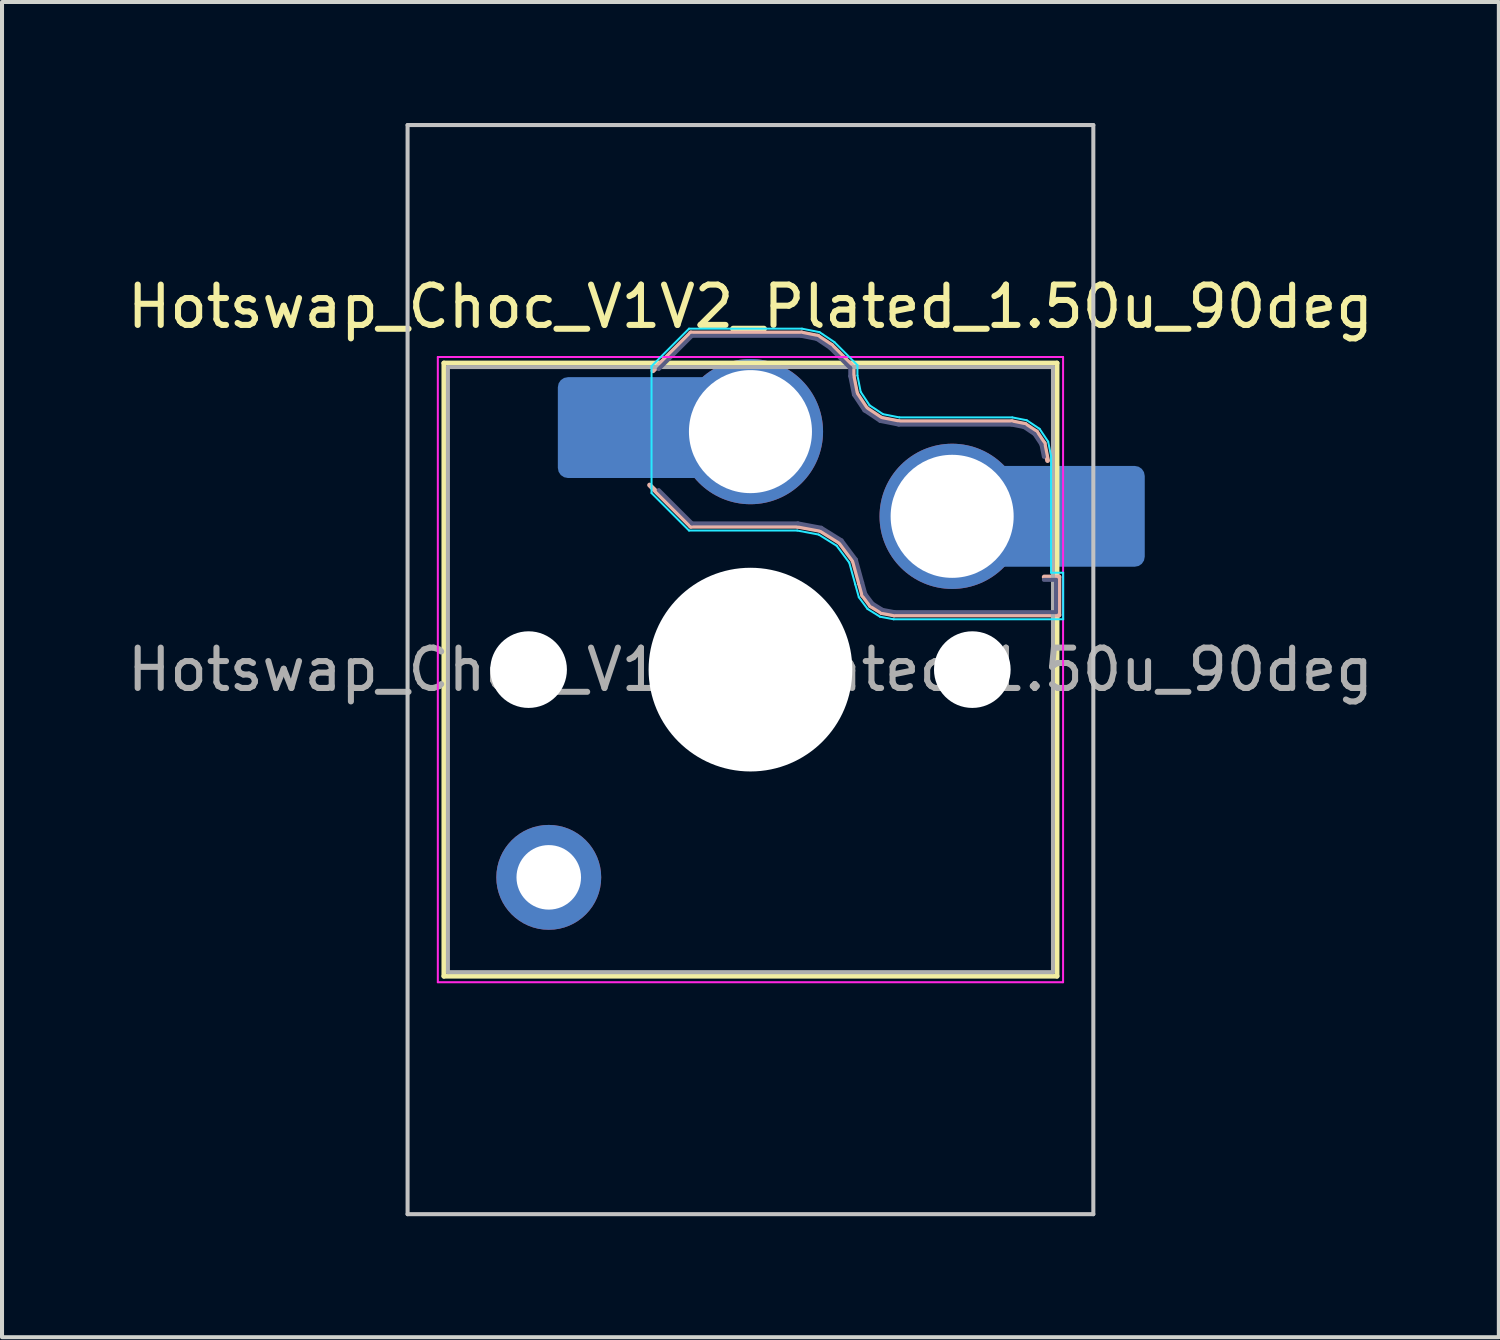
<source format=kicad_pcb>
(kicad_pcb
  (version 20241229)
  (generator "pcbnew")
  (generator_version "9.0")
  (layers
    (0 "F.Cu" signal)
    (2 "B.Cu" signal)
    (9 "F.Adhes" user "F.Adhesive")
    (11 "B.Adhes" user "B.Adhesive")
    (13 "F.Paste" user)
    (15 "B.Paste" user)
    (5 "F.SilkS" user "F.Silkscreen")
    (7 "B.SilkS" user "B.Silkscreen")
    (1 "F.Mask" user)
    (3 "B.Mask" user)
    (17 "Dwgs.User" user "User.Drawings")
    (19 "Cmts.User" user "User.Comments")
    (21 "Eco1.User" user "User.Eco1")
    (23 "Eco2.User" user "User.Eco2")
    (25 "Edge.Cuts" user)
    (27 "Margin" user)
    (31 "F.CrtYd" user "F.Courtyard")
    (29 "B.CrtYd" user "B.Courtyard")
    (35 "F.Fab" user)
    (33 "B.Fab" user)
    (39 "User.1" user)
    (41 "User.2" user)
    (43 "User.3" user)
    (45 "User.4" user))
  (footprint "Hotswap_Choc_V1V2_Plated_1.50u_90deg"
    (layer "F.Cu")
    (at 15.554 13.55)
    (property "Reference" "Hotswap_Choc_V1V2_Plated_1.50u_90deg" (at 0 -9 0) (layer "F.SilkS") (effects (font (size 1 1) (thickness 0.15))))
    (attr smd)
    (fp_line (start -7.6 -7.6) (end -7.6 7.6) (stroke (width 0.12) (type solid)) (layer "F.SilkS"))
    (fp_line (start -7.6 7.6) (end 7.6 7.6) (stroke (width 0.12) (type solid)) (layer "F.SilkS"))
    (fp_line (start 7.6 -7.6) (end -7.6 -7.6) (stroke (width 0.12) (type solid)) (layer "F.SilkS"))
    (fp_line (start 7.6 7.6) (end 7.6 -7.6) (stroke (width 0.12) (type solid)) (layer "F.SilkS"))
    (fp_line (start -2.416 -7.409) (end -1.479 -8.346) (stroke (width 0.12) (type solid)) (layer "B.SilkS"))
    (fp_line (start -1.479 -8.346) (end 1.268 -8.346) (stroke (width 0.12) (type solid)) (layer "B.SilkS"))
    (fp_line (start -1.479 -3.554) (end -2.5 -4.575) (stroke (width 0.12) (type solid)) (layer "B.SilkS"))
    (fp_line (start 1.168 -3.554) (end -1.479 -3.554) (stroke (width 0.12) (type solid)) (layer "B.SilkS"))
    (fp_line (start 1.268 -8.346) (end 1.671 -8.266) (stroke (width 0.12) (type solid)) (layer "B.SilkS"))
    (fp_line (start 1.671 -8.266) (end 2.013 -8.037) (stroke (width 0.12) (type solid)) (layer "B.SilkS"))
    (fp_line (start 1.73 -3.449) (end 1.168 -3.554) (stroke (width 0.12) (type solid)) (layer "B.SilkS"))
    (fp_line (start 2.013 -8.037) (end 2.546 -7.504) (stroke (width 0.12) (type solid)) (layer "B.SilkS"))
    (fp_line (start 2.209 -3.15) (end 1.73 -3.449) (stroke (width 0.12) (type solid)) (layer "B.SilkS"))
    (fp_line (start 2.546 -7.504) (end 2.546 -7.282) (stroke (width 0.12) (type solid)) (layer "B.SilkS"))
    (fp_line (start 2.546 -7.282) (end 2.633 -6.844) (stroke (width 0.12) (type solid)) (layer "B.SilkS"))
    (fp_line (start 2.547 -2.697) (end 2.209 -3.15) (stroke (width 0.12) (type solid)) (layer "B.SilkS"))
    (fp_line (start 2.633 -6.844) (end 2.877 -6.477) (stroke (width 0.12) (type solid)) (layer "B.SilkS"))
    (fp_line (start 2.701 -2.139) (end 2.547 -2.697) (stroke (width 0.12) (type solid)) (layer "B.SilkS"))
    (fp_line (start 2.783 -1.841) (end 2.701 -2.139) (stroke (width 0.12) (type solid)) (layer "B.SilkS"))
    (fp_line (start 2.877 -6.477) (end 3.244 -6.233) (stroke (width 0.12) (type solid)) (layer "B.SilkS"))
    (fp_line (start 2.976 -1.583) (end 2.783 -1.841) (stroke (width 0.12) (type solid)) (layer "B.SilkS"))
    (fp_line (start 3.244 -6.233) (end 3.682 -6.146) (stroke (width 0.12) (type solid)) (layer "B.SilkS"))
    (fp_line (start 3.25 -1.413) (end 2.976 -1.583) (stroke (width 0.12) (type solid)) (layer "B.SilkS"))
    (fp_line (start 3.56 -1.354) (end 3.25 -1.413) (stroke (width 0.12) (type solid)) (layer "B.SilkS"))
    (fp_line (start 3.682 -6.146) (end 6.482 -6.146) (stroke (width 0.12) (type solid)) (layer "B.SilkS"))
    (fp_line (start 6.482 -6.146) (end 6.809 -6.081) (stroke (width 0.12) (type solid)) (layer "B.SilkS"))
    (fp_line (start 6.809 -6.081) (end 7.092 -5.892) (stroke (width 0.12) (type solid)) (layer "B.SilkS"))
    (fp_line (start 7.092 -5.892) (end 7.281 -5.609) (stroke (width 0.12) (type solid)) (layer "B.SilkS"))
    (fp_line (start 7.281 -5.609) (end 7.366 -5.182) (stroke (width 0.12) (type solid)) (layer "B.SilkS"))
    (fp_line (start 7.283 -2.296) (end 7.646 -2.296) (stroke (width 0.12) (type solid)) (layer "B.SilkS"))
    (fp_line (start 7.646 -2.296) (end 7.646 -1.354) (stroke (width 0.12) (type solid)) (layer "B.SilkS"))
    (fp_line (start 7.646 -1.354) (end 3.56 -1.354) (stroke (width 0.12) (type solid)) (layer "B.SilkS"))
    (fp_line (start -8.5 -13.5) (end 8.5 -13.5) (stroke (width 0.1) (type solid)) (layer "Dwgs.User"))
    (fp_line (start -8.5 13.5) (end -8.5 -13.5) (stroke (width 0.1) (type solid)) (layer "Dwgs.User"))
    (fp_line (start 8.5 -13.5) (end 8.5 13.5) (stroke (width 0.1) (type solid)) (layer "Dwgs.User"))
    (fp_line (start 8.5 13.5) (end -8.5 13.5) (stroke (width 0.1) (type solid)) (layer "Dwgs.User"))
    (fp_line (start -7.25 -7.25) (end -7.25 7.25) (stroke (width 0.1) (type solid)) (layer "Eco1.User"))
    (fp_line (start -7.25 7.25) (end 7.25 7.25) (stroke (width 0.1) (type solid)) (layer "Eco1.User"))
    (fp_line (start 7.25 -7.25) (end -7.25 -7.25) (stroke (width 0.1) (type solid)) (layer "Eco1.User"))
    (fp_line (start 7.25 7.25) (end 7.25 -7.25) (stroke (width 0.1) (type solid)) (layer "Eco1.User"))
    (fp_line (start -2.452 -7.523) (end -1.523 -8.452) (stroke (width 0.05) (type solid)) (layer "B.CrtYd"))
    (fp_line (start -2.452 -4.377) (end -2.452 -7.523) (stroke (width 0.05) (type solid)) (layer "B.CrtYd"))
    (fp_line (start -1.523 -8.452) (end 1.278 -8.452) (stroke (width 0.05) (type solid)) (layer "B.CrtYd"))
    (fp_line (start -1.523 -3.448) (end -2.452 -4.377) (stroke (width 0.05) (type solid)) (layer "B.CrtYd"))
    (fp_line (start 1.159 -3.448) (end -1.523 -3.448) (stroke (width 0.05) (type solid)) (layer "B.CrtYd"))
    (fp_line (start 1.278 -8.452) (end 1.712 -8.366) (stroke (width 0.05) (type solid)) (layer "B.CrtYd"))
    (fp_line (start 1.691 -3.348) (end 1.159 -3.448) (stroke (width 0.05) (type solid)) (layer "B.CrtYd"))
    (fp_line (start 1.712 -8.366) (end 2.081 -8.119) (stroke (width 0.05) (type solid)) (layer "B.CrtYd"))
    (fp_line (start 2.081 -8.119) (end 2.652 -7.548) (stroke (width 0.05) (type solid)) (layer "B.CrtYd"))
    (fp_line (start 2.136 -3.071) (end 1.691 -3.348) (stroke (width 0.05) (type solid)) (layer "B.CrtYd"))
    (fp_line (start 2.45 -2.65) (end 2.136 -3.071) (stroke (width 0.05) (type solid)) (layer "B.CrtYd"))
    (fp_line (start 2.599 -2.111) (end 2.45 -2.65) (stroke (width 0.05) (type solid)) (layer "B.CrtYd"))
    (fp_line (start 2.652 -7.548) (end 2.652 -7.292) (stroke (width 0.05) (type solid)) (layer "B.CrtYd"))
    (fp_line (start 2.652 -7.292) (end 2.733 -6.885) (stroke (width 0.05) (type solid)) (layer "B.CrtYd"))
    (fp_line (start 2.687 -1.794) (end 2.599 -2.111) (stroke (width 0.05) (type solid)) (layer "B.CrtYd"))
    (fp_line (start 2.733 -6.885) (end 2.953 -6.553) (stroke (width 0.05) (type solid)) (layer "B.CrtYd"))
    (fp_line (start 2.903 -1.503) (end 2.687 -1.794) (stroke (width 0.05) (type solid)) (layer "B.CrtYd"))
    (fp_line (start 2.953 -6.553) (end 3.285 -6.333) (stroke (width 0.05) (type solid)) (layer "B.CrtYd"))
    (fp_line (start 3.211 -1.312) (end 2.903 -1.503) (stroke (width 0.05) (type solid)) (layer "B.CrtYd"))
    (fp_line (start 3.285 -6.333) (end 3.692 -6.252) (stroke (width 0.05) (type solid)) (layer "B.CrtYd"))
    (fp_line (start 3.55 -1.248) (end 3.211 -1.312) (stroke (width 0.05) (type solid)) (layer "B.CrtYd"))
    (fp_line (start 3.692 -6.252) (end 6.492 -6.252) (stroke (width 0.05) (type solid)) (layer "B.CrtYd"))
    (fp_line (start 6.492 -6.252) (end 6.85 -6.181) (stroke (width 0.05) (type solid)) (layer "B.CrtYd"))
    (fp_line (start 6.85 -6.181) (end 7.168 -5.968) (stroke (width 0.05) (type solid)) (layer "B.CrtYd"))
    (fp_line (start 7.168 -5.968) (end 7.381 -5.65) (stroke (width 0.05) (type solid)) (layer "B.CrtYd"))
    (fp_line (start 7.381 -5.65) (end 7.452 -5.292) (stroke (width 0.05) (type solid)) (layer "B.CrtYd"))
    (fp_line (start 7.452 -5.292) (end 7.452 -2.402) (stroke (width 0.05) (type solid)) (layer "B.CrtYd"))
    (fp_line (start 7.452 -2.402) (end 7.752 -2.402) (stroke (width 0.05) (type solid)) (layer "B.CrtYd"))
    (fp_line (start 7.752 -2.402) (end 7.752 -1.248) (stroke (width 0.05) (type solid)) (layer "B.CrtYd"))
    (fp_line (start 7.752 -1.248) (end 3.55 -1.248) (stroke (width 0.05) (type solid)) (layer "B.CrtYd"))
    (fp_line (start -7.75 -7.75) (end -7.75 7.75) (stroke (width 0.05) (type solid)) (layer "F.CrtYd"))
    (fp_line (start -7.75 7.75) (end 7.75 7.75) (stroke (width 0.05) (type solid)) (layer "F.CrtYd"))
    (fp_line (start 7.75 -7.75) (end -7.75 -7.75) (stroke (width 0.05) (type solid)) (layer "F.CrtYd"))
    (fp_line (start 7.75 7.75) (end 7.75 -7.75) (stroke (width 0.05) (type solid)) (layer "F.CrtYd"))
    (fp_line (start -2.275 -7.45) (end -1.45 -8.275) (stroke (width 0.1) (type solid)) (layer "B.Fab"))
    (fp_line (start -1.45 -8.275) (end 1.261 -8.275) (stroke (width 0.1) (type solid)) (layer "B.Fab"))
    (fp_line (start -1.45 -3.625) (end -2.275 -4.45) (stroke (width 0.1) (type solid)) (layer "B.Fab"))
    (fp_line (start 1.175 -3.625) (end -1.45 -3.625) (stroke (width 0.1) (type solid)) (layer "B.Fab"))
    (fp_line (start 1.261 -8.275) (end 1.643 -8.199) (stroke (width 0.1) (type solid)) (layer "B.Fab"))
    (fp_line (start 1.643 -8.199) (end 1.968 -7.982) (stroke (width 0.1) (type solid)) (layer "B.Fab"))
    (fp_line (start 1.756 -3.516) (end 1.175 -3.625) (stroke (width 0.1) (type solid)) (layer "B.Fab"))
    (fp_line (start 1.968 -7.982) (end 2.475 -7.475) (stroke (width 0.1) (type solid)) (layer "B.Fab"))
    (fp_line (start 2.258 -3.203) (end 1.756 -3.516) (stroke (width 0.1) (type solid)) (layer "B.Fab"))
    (fp_line (start 2.475 -7.475) (end 2.475 -7.275) (stroke (width 0.1) (type solid)) (layer "B.Fab"))
    (fp_line (start 2.475 -7.275) (end 2.566 -6.816) (stroke (width 0.1) (type solid)) (layer "B.Fab"))
    (fp_line (start 2.566 -6.816) (end 2.826 -6.426) (stroke (width 0.1) (type solid)) (layer "B.Fab"))
    (fp_line (start 2.612 -2.729) (end 2.258 -3.203) (stroke (width 0.1) (type solid)) (layer "B.Fab"))
    (fp_line (start 2.769 -2.158) (end 2.612 -2.729) (stroke (width 0.1) (type solid)) (layer "B.Fab"))
    (fp_line (start 2.826 -6.426) (end 3.216 -6.166) (stroke (width 0.1) (type solid)) (layer "B.Fab"))
    (fp_line (start 2.848 -1.873) (end 2.769 -2.158) (stroke (width 0.1) (type solid)) (layer "B.Fab"))
    (fp_line (start 3.025 -1.636) (end 2.848 -1.873) (stroke (width 0.1) (type solid)) (layer "B.Fab"))
    (fp_line (start 3.216 -6.166) (end 3.675 -6.075) (stroke (width 0.1) (type solid)) (layer "B.Fab"))
    (fp_line (start 3.276 -1.48) (end 3.025 -1.636) (stroke (width 0.1) (type solid)) (layer "B.Fab"))
    (fp_line (start 3.567 -1.425) (end 3.276 -1.48) (stroke (width 0.1) (type solid)) (layer "B.Fab"))
    (fp_line (start 3.675 -6.075) (end 6.475 -6.075) (stroke (width 0.1) (type solid)) (layer "B.Fab"))
    (fp_line (start 6.475 -6.075) (end 6.781 -6.014) (stroke (width 0.1) (type solid)) (layer "B.Fab"))
    (fp_line (start 6.781 -6.014) (end 7.041 -5.841) (stroke (width 0.1) (type solid)) (layer "B.Fab"))
    (fp_line (start 7.041 -5.841) (end 7.214 -5.581) (stroke (width 0.1) (type solid)) (layer "B.Fab"))
    (fp_line (start 7.214 -5.581) (end 7.275 -5.275) (stroke (width 0.1) (type solid)) (layer "B.Fab"))
    (fp_line (start 7.275 -2.225) (end 7.575 -2.225) (stroke (width 0.1) (type solid)) (layer "B.Fab"))
    (fp_line (start 7.575 -2.225) (end 7.575 -1.425) (stroke (width 0.1) (type solid)) (layer "B.Fab"))
    (fp_line (start 7.575 -1.425) (end 3.567 -1.425) (stroke (width 0.1) (type solid)) (layer "B.Fab"))
    (fp_line (start -7.5 -7.5) (end -7.5 7.5) (stroke (width 0.1) (type solid)) (layer "F.Fab"))
    (fp_line (start -7.5 7.5) (end 7.5 7.5) (stroke (width 0.1) (type solid)) (layer "F.Fab"))
    (fp_line (start 7.5 -7.5) (end -7.5 -7.5) (stroke (width 0.1) (type solid)) (layer "F.Fab"))
    (fp_line (start 7.5 7.5) (end 7.5 -7.5) (stroke (width 0.1) (type solid)) (layer "F.Fab"))
    (fp_text user "${REFERENCE}" (at 0 0 0) (layer "F.Fab") (effects (font (size 1 1) (thickness 0.15))))
    (pad "" np_thru_hole circle (at -5.5 0) (size 1.9 1.9) (drill 1.9) (layers "*.Cu" "*.Mask"))
    (pad "" thru_hole circle (at -5 5.15) (size 2.6 2.6) (drill 1.6) (layers "*.Cu" "*.Mask"))
    (pad "" smd roundrect (at -3.5 -6) (size 2.55 2.5) (layers "B.Mask" "B.Paste") (roundrect_rratio 0.1))
    (pad "" np_thru_hole circle (at 0 0) (size 5.05 5.05) (drill 5.05) (layers "*.Cu" "*.Mask"))
    (pad "" np_thru_hole circle (at 5.5 0) (size 1.9 1.9) (drill 1.9) (layers "*.Cu" "*.Mask"))
    (pad "" smd roundrect (at 8.5 -3.8) (size 2.55 2.5) (layers "B.Mask" "B.Paste") (roundrect_rratio 0.1))
    (pad "1" smd roundrect (at -2.85 -6) (size 3.85 2.5) (layers "B.Cu") (roundrect_rratio 0.1))
    (pad "1" thru_hole circle (at 0 -5.9) (size 3.6 3.6) (drill 3.05) (layers "*.Cu" "*.Mask"))
    (pad "2" thru_hole circle (at 5 -3.8) (size 3.6 3.6) (drill 3.05) (layers "*.Cu" "*.Mask"))
    (pad "2" smd roundrect (at 7.85 -3.8) (size 3.85 2.5) (layers "B.Cu") (roundrect_rratio 0.1)))
  (gr_rect
    (start -3 -3)
    (end 34.107 30.1)
    (stroke (width 0.1) (type default))
    (fill no)
    (layer "Edge.Cuts")))
</source>
